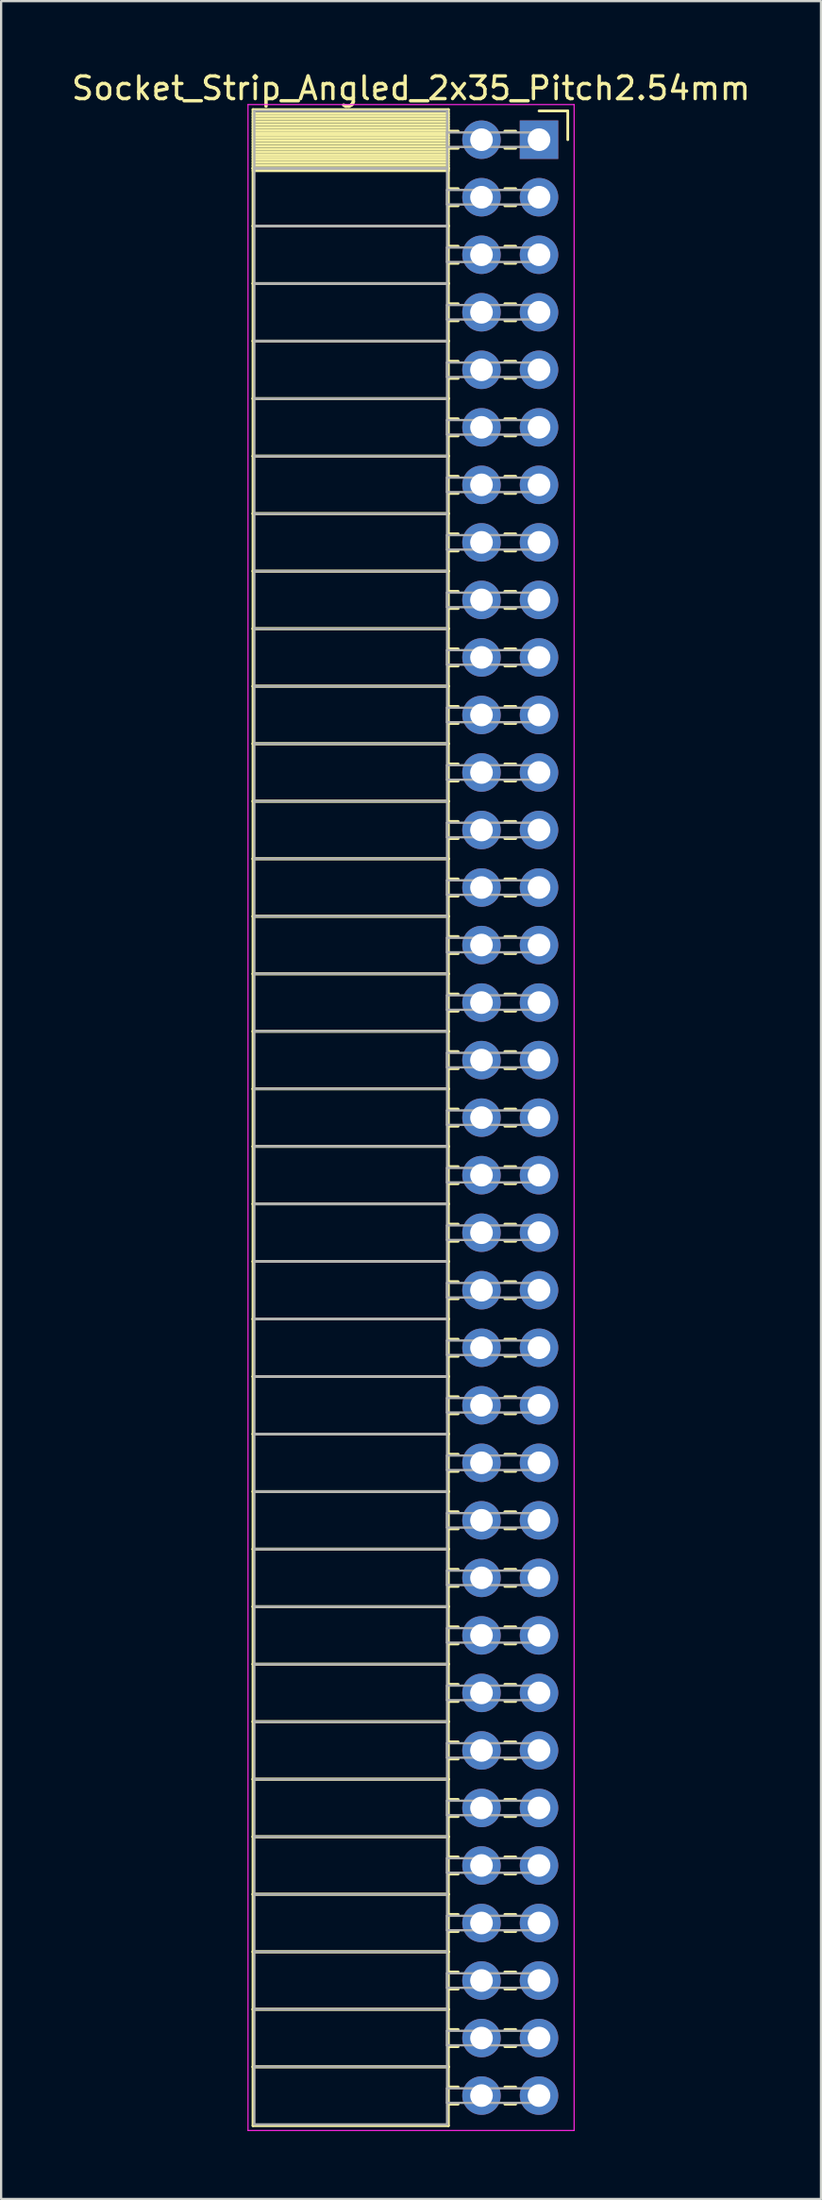
<source format=kicad_pcb>
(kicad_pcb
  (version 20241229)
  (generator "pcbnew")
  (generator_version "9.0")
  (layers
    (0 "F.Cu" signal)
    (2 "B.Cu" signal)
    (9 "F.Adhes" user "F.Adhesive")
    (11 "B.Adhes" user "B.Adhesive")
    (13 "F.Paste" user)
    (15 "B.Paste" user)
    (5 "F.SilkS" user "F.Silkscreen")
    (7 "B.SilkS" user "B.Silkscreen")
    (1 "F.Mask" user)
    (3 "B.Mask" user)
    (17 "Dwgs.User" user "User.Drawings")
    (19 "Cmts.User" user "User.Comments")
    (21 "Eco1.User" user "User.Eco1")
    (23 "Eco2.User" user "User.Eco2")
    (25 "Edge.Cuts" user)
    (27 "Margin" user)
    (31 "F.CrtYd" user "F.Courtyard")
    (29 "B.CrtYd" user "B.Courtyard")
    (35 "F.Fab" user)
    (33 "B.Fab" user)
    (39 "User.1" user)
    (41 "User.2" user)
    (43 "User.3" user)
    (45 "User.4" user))
  (footprint "Socket_Strip_Angled_2x35_Pitch2.54mm"
    (layer "F.Cu")
    (at 20.751 3.118)
    (property "Reference" "Socket_Strip_Angled_2x35_Pitch2.54mm" (at -5.65 -2.27 0) (layer "F.SilkS") (effects (font (size 1 1) (thickness 0.15))))
    (attr through_hole)
    (fp_line (start -12.63 -1.33) (end -4 -1.33) (stroke (width 0.12) (type solid)) (layer "F.SilkS"))
    (fp_line (start -12.63 1.27) (end -12.63 -1.33) (stroke (width 0.12) (type solid)) (layer "F.SilkS"))
    (fp_line (start -12.63 1.27) (end -4 1.27) (stroke (width 0.12) (type solid)) (layer "F.SilkS"))
    (fp_line (start -12.63 3.81) (end -12.63 1.27) (stroke (width 0.12) (type solid)) (layer "F.SilkS"))
    (fp_line (start -12.63 3.81) (end -4 3.81) (stroke (width 0.12) (type solid)) (layer "F.SilkS"))
    (fp_line (start -12.63 6.35) (end -12.63 3.81) (stroke (width 0.12) (type solid)) (layer "F.SilkS"))
    (fp_line (start -12.63 6.35) (end -4 6.35) (stroke (width 0.12) (type solid)) (layer "F.SilkS"))
    (fp_line (start -12.63 8.89) (end -12.63 6.35) (stroke (width 0.12) (type solid)) (layer "F.SilkS"))
    (fp_line (start -12.63 8.89) (end -4 8.89) (stroke (width 0.12) (type solid)) (layer "F.SilkS"))
    (fp_line (start -12.63 11.43) (end -12.63 8.89) (stroke (width 0.12) (type solid)) (layer "F.SilkS"))
    (fp_line (start -12.63 11.43) (end -4 11.43) (stroke (width 0.12) (type solid)) (layer "F.SilkS"))
    (fp_line (start -12.63 13.97) (end -12.63 11.43) (stroke (width 0.12) (type solid)) (layer "F.SilkS"))
    (fp_line (start -12.63 13.97) (end -4 13.97) (stroke (width 0.12) (type solid)) (layer "F.SilkS"))
    (fp_line (start -12.63 16.51) (end -12.63 13.97) (stroke (width 0.12) (type solid)) (layer "F.SilkS"))
    (fp_line (start -12.63 16.51) (end -4 16.51) (stroke (width 0.12) (type solid)) (layer "F.SilkS"))
    (fp_line (start -12.63 19.05) (end -12.63 16.51) (stroke (width 0.12) (type solid)) (layer "F.SilkS"))
    (fp_line (start -12.63 19.05) (end -4 19.05) (stroke (width 0.12) (type solid)) (layer "F.SilkS"))
    (fp_line (start -12.63 21.59) (end -12.63 19.05) (stroke (width 0.12) (type solid)) (layer "F.SilkS"))
    (fp_line (start -12.63 21.59) (end -4 21.59) (stroke (width 0.12) (type solid)) (layer "F.SilkS"))
    (fp_line (start -12.63 24.13) (end -12.63 21.59) (stroke (width 0.12) (type solid)) (layer "F.SilkS"))
    (fp_line (start -12.63 24.13) (end -4 24.13) (stroke (width 0.12) (type solid)) (layer "F.SilkS"))
    (fp_line (start -12.63 26.67) (end -12.63 24.13) (stroke (width 0.12) (type solid)) (layer "F.SilkS"))
    (fp_line (start -12.63 26.67) (end -4 26.67) (stroke (width 0.12) (type solid)) (layer "F.SilkS"))
    (fp_line (start -12.63 29.21) (end -12.63 26.67) (stroke (width 0.12) (type solid)) (layer "F.SilkS"))
    (fp_line (start -12.63 29.21) (end -4 29.21) (stroke (width 0.12) (type solid)) (layer "F.SilkS"))
    (fp_line (start -12.63 31.75) (end -12.63 29.21) (stroke (width 0.12) (type solid)) (layer "F.SilkS"))
    (fp_line (start -12.63 31.75) (end -4 31.75) (stroke (width 0.12) (type solid)) (layer "F.SilkS"))
    (fp_line (start -12.63 34.29) (end -12.63 31.75) (stroke (width 0.12) (type solid)) (layer "F.SilkS"))
    (fp_line (start -12.63 34.29) (end -4 34.29) (stroke (width 0.12) (type solid)) (layer "F.SilkS"))
    (fp_line (start -12.63 36.83) (end -12.63 34.29) (stroke (width 0.12) (type solid)) (layer "F.SilkS"))
    (fp_line (start -12.63 36.83) (end -4 36.83) (stroke (width 0.12) (type solid)) (layer "F.SilkS"))
    (fp_line (start -12.63 39.37) (end -12.63 36.83) (stroke (width 0.12) (type solid)) (layer "F.SilkS"))
    (fp_line (start -12.63 39.37) (end -4 39.37) (stroke (width 0.12) (type solid)) (layer "F.SilkS"))
    (fp_line (start -12.63 41.91) (end -12.63 39.37) (stroke (width 0.12) (type solid)) (layer "F.SilkS"))
    (fp_line (start -12.63 41.91) (end -4 41.91) (stroke (width 0.12) (type solid)) (layer "F.SilkS"))
    (fp_line (start -12.63 44.45) (end -12.63 41.91) (stroke (width 0.12) (type solid)) (layer "F.SilkS"))
    (fp_line (start -12.63 44.45) (end -4 44.45) (stroke (width 0.12) (type solid)) (layer "F.SilkS"))
    (fp_line (start -12.63 46.99) (end -12.63 44.45) (stroke (width 0.12) (type solid)) (layer "F.SilkS"))
    (fp_line (start -12.63 46.99) (end -4 46.99) (stroke (width 0.12) (type solid)) (layer "F.SilkS"))
    (fp_line (start -12.63 49.53) (end -12.63 46.99) (stroke (width 0.12) (type solid)) (layer "F.SilkS"))
    (fp_line (start -12.63 49.53) (end -4 49.53) (stroke (width 0.12) (type solid)) (layer "F.SilkS"))
    (fp_line (start -12.63 52.07) (end -12.63 49.53) (stroke (width 0.12) (type solid)) (layer "F.SilkS"))
    (fp_line (start -12.63 52.07) (end -4 52.07) (stroke (width 0.12) (type solid)) (layer "F.SilkS"))
    (fp_line (start -12.63 54.61) (end -12.63 52.07) (stroke (width 0.12) (type solid)) (layer "F.SilkS"))
    (fp_line (start -12.63 54.61) (end -4 54.61) (stroke (width 0.12) (type solid)) (layer "F.SilkS"))
    (fp_line (start -12.63 57.15) (end -12.63 54.61) (stroke (width 0.12) (type solid)) (layer "F.SilkS"))
    (fp_line (start -12.63 57.15) (end -4 57.15) (stroke (width 0.12) (type solid)) (layer "F.SilkS"))
    (fp_line (start -12.63 59.69) (end -12.63 57.15) (stroke (width 0.12) (type solid)) (layer "F.SilkS"))
    (fp_line (start -12.63 59.69) (end -4 59.69) (stroke (width 0.12) (type solid)) (layer "F.SilkS"))
    (fp_line (start -12.63 62.23) (end -12.63 59.69) (stroke (width 0.12) (type solid)) (layer "F.SilkS"))
    (fp_line (start -12.63 62.23) (end -4 62.23) (stroke (width 0.12) (type solid)) (layer "F.SilkS"))
    (fp_line (start -12.63 64.77) (end -12.63 62.23) (stroke (width 0.12) (type solid)) (layer "F.SilkS"))
    (fp_line (start -12.63 64.77) (end -4 64.77) (stroke (width 0.12) (type solid)) (layer "F.SilkS"))
    (fp_line (start -12.63 67.31) (end -12.63 64.77) (stroke (width 0.12) (type solid)) (layer "F.SilkS"))
    (fp_line (start -12.63 67.31) (end -4 67.31) (stroke (width 0.12) (type solid)) (layer "F.SilkS"))
    (fp_line (start -12.63 69.85) (end -12.63 67.31) (stroke (width 0.12) (type solid)) (layer "F.SilkS"))
    (fp_line (start -12.63 69.85) (end -4 69.85) (stroke (width 0.12) (type solid)) (layer "F.SilkS"))
    (fp_line (start -12.63 72.39) (end -12.63 69.85) (stroke (width 0.12) (type solid)) (layer "F.SilkS"))
    (fp_line (start -12.63 72.39) (end -4 72.39) (stroke (width 0.12) (type solid)) (layer "F.SilkS"))
    (fp_line (start -12.63 74.93) (end -12.63 72.39) (stroke (width 0.12) (type solid)) (layer "F.SilkS"))
    (fp_line (start -12.63 74.93) (end -4 74.93) (stroke (width 0.12) (type solid)) (layer "F.SilkS"))
    (fp_line (start -12.63 77.47) (end -12.63 74.93) (stroke (width 0.12) (type solid)) (layer "F.SilkS"))
    (fp_line (start -12.63 77.47) (end -4 77.47) (stroke (width 0.12) (type solid)) (layer "F.SilkS"))
    (fp_line (start -12.63 80.01) (end -12.63 77.47) (stroke (width 0.12) (type solid)) (layer "F.SilkS"))
    (fp_line (start -12.63 80.01) (end -4 80.01) (stroke (width 0.12) (type solid)) (layer "F.SilkS"))
    (fp_line (start -12.63 82.55) (end -12.63 80.01) (stroke (width 0.12) (type solid)) (layer "F.SilkS"))
    (fp_line (start -12.63 82.55) (end -4 82.55) (stroke (width 0.12) (type solid)) (layer "F.SilkS"))
    (fp_line (start -12.63 85.09) (end -12.63 82.55) (stroke (width 0.12) (type solid)) (layer "F.SilkS"))
    (fp_line (start -12.63 85.09) (end -4 85.09) (stroke (width 0.12) (type solid)) (layer "F.SilkS"))
    (fp_line (start -12.63 87.69) (end -12.63 85.09) (stroke (width 0.12) (type solid)) (layer "F.SilkS"))
    (fp_line (start -4 -1.33) (end -4 1.27) (stroke (width 0.12) (type solid)) (layer "F.SilkS"))
    (fp_line (start -4 -1.15) (end -12.63 -1.15) (stroke (width 0.12) (type solid)) (layer "F.SilkS"))
    (fp_line (start -4 -1.03) (end -12.63 -1.03) (stroke (width 0.12) (type solid)) (layer "F.SilkS"))
    (fp_line (start -4 -0.91) (end -12.63 -0.91) (stroke (width 0.12) (type solid)) (layer "F.SilkS"))
    (fp_line (start -4 -0.79) (end -12.63 -0.79) (stroke (width 0.12) (type solid)) (layer "F.SilkS"))
    (fp_line (start -4 -0.67) (end -12.63 -0.67) (stroke (width 0.12) (type solid)) (layer "F.SilkS"))
    (fp_line (start -4 -0.55) (end -12.63 -0.55) (stroke (width 0.12) (type solid)) (layer "F.SilkS"))
    (fp_line (start -4 -0.43) (end -12.63 -0.43) (stroke (width 0.12) (type solid)) (layer "F.SilkS"))
    (fp_line (start -4 -0.31) (end -12.63 -0.31) (stroke (width 0.12) (type solid)) (layer "F.SilkS"))
    (fp_line (start -4 -0.19) (end -12.63 -0.19) (stroke (width 0.12) (type solid)) (layer "F.SilkS"))
    (fp_line (start -4 -0.07) (end -12.63 -0.07) (stroke (width 0.12) (type solid)) (layer "F.SilkS"))
    (fp_line (start -4 0.05) (end -12.63 0.05) (stroke (width 0.12) (type solid)) (layer "F.SilkS"))
    (fp_line (start -4 0.17) (end -12.63 0.17) (stroke (width 0.12) (type solid)) (layer "F.SilkS"))
    (fp_line (start -4 0.29) (end -12.63 0.29) (stroke (width 0.12) (type solid)) (layer "F.SilkS"))
    (fp_line (start -4 0.41) (end -12.63 0.41) (stroke (width 0.12) (type solid)) (layer "F.SilkS"))
    (fp_line (start -4 0.53) (end -12.63 0.53) (stroke (width 0.12) (type solid)) (layer "F.SilkS"))
    (fp_line (start -4 0.65) (end -12.63 0.65) (stroke (width 0.12) (type solid)) (layer "F.SilkS"))
    (fp_line (start -4 0.77) (end -12.63 0.77) (stroke (width 0.12) (type solid)) (layer "F.SilkS"))
    (fp_line (start -4 0.89) (end -12.63 0.89) (stroke (width 0.12) (type solid)) (layer "F.SilkS"))
    (fp_line (start -4 1.01) (end -12.63 1.01) (stroke (width 0.12) (type solid)) (layer "F.SilkS"))
    (fp_line (start -4 1.13) (end -12.63 1.13) (stroke (width 0.12) (type solid)) (layer "F.SilkS"))
    (fp_line (start -4 1.25) (end -12.63 1.25) (stroke (width 0.12) (type solid)) (layer "F.SilkS"))
    (fp_line (start -4 1.27) (end -12.63 1.27) (stroke (width 0.12) (type solid)) (layer "F.SilkS"))
    (fp_line (start -4 1.27) (end -4 3.81) (stroke (width 0.12) (type solid)) (layer "F.SilkS"))
    (fp_line (start -4 1.37) (end -12.63 1.37) (stroke (width 0.12) (type solid)) (layer "F.SilkS"))
    (fp_line (start -4 3.81) (end -12.63 3.81) (stroke (width 0.12) (type solid)) (layer "F.SilkS"))
    (fp_line (start -4 3.81) (end -4 6.35) (stroke (width 0.12) (type solid)) (layer "F.SilkS"))
    (fp_line (start -4 6.35) (end -12.63 6.35) (stroke (width 0.12) (type solid)) (layer "F.SilkS"))
    (fp_line (start -4 6.35) (end -4 8.89) (stroke (width 0.12) (type solid)) (layer "F.SilkS"))
    (fp_line (start -4 8.89) (end -12.63 8.89) (stroke (width 0.12) (type solid)) (layer "F.SilkS"))
    (fp_line (start -4 8.89) (end -4 11.43) (stroke (width 0.12) (type solid)) (layer "F.SilkS"))
    (fp_line (start -4 11.43) (end -12.63 11.43) (stroke (width 0.12) (type solid)) (layer "F.SilkS"))
    (fp_line (start -4 11.43) (end -4 13.97) (stroke (width 0.12) (type solid)) (layer "F.SilkS"))
    (fp_line (start -4 13.97) (end -12.63 13.97) (stroke (width 0.12) (type solid)) (layer "F.SilkS"))
    (fp_line (start -4 13.97) (end -4 16.51) (stroke (width 0.12) (type solid)) (layer "F.SilkS"))
    (fp_line (start -4 16.51) (end -12.63 16.51) (stroke (width 0.12) (type solid)) (layer "F.SilkS"))
    (fp_line (start -4 16.51) (end -4 19.05) (stroke (width 0.12) (type solid)) (layer "F.SilkS"))
    (fp_line (start -4 19.05) (end -12.63 19.05) (stroke (width 0.12) (type solid)) (layer "F.SilkS"))
    (fp_line (start -4 19.05) (end -4 21.59) (stroke (width 0.12) (type solid)) (layer "F.SilkS"))
    (fp_line (start -4 21.59) (end -12.63 21.59) (stroke (width 0.12) (type solid)) (layer "F.SilkS"))
    (fp_line (start -4 21.59) (end -4 24.13) (stroke (width 0.12) (type solid)) (layer "F.SilkS"))
    (fp_line (start -4 24.13) (end -12.63 24.13) (stroke (width 0.12) (type solid)) (layer "F.SilkS"))
    (fp_line (start -4 24.13) (end -4 26.67) (stroke (width 0.12) (type solid)) (layer "F.SilkS"))
    (fp_line (start -4 26.67) (end -12.63 26.67) (stroke (width 0.12) (type solid)) (layer "F.SilkS"))
    (fp_line (start -4 26.67) (end -4 29.21) (stroke (width 0.12) (type solid)) (layer "F.SilkS"))
    (fp_line (start -4 29.21) (end -12.63 29.21) (stroke (width 0.12) (type solid)) (layer "F.SilkS"))
    (fp_line (start -4 29.21) (end -4 31.75) (stroke (width 0.12) (type solid)) (layer "F.SilkS"))
    (fp_line (start -4 31.75) (end -12.63 31.75) (stroke (width 0.12) (type solid)) (layer "F.SilkS"))
    (fp_line (start -4 31.75) (end -4 34.29) (stroke (width 0.12) (type solid)) (layer "F.SilkS"))
    (fp_line (start -4 34.29) (end -12.63 34.29) (stroke (width 0.12) (type solid)) (layer "F.SilkS"))
    (fp_line (start -4 34.29) (end -4 36.83) (stroke (width 0.12) (type solid)) (layer "F.SilkS"))
    (fp_line (start -4 36.83) (end -12.63 36.83) (stroke (width 0.12) (type solid)) (layer "F.SilkS"))
    (fp_line (start -4 36.83) (end -4 39.37) (stroke (width 0.12) (type solid)) (layer "F.SilkS"))
    (fp_line (start -4 39.37) (end -12.63 39.37) (stroke (width 0.12) (type solid)) (layer "F.SilkS"))
    (fp_line (start -4 39.37) (end -4 41.91) (stroke (width 0.12) (type solid)) (layer "F.SilkS"))
    (fp_line (start -4 41.91) (end -12.63 41.91) (stroke (width 0.12) (type solid)) (layer "F.SilkS"))
    (fp_line (start -4 41.91) (end -4 44.45) (stroke (width 0.12) (type solid)) (layer "F.SilkS"))
    (fp_line (start -4 44.45) (end -12.63 44.45) (stroke (width 0.12) (type solid)) (layer "F.SilkS"))
    (fp_line (start -4 44.45) (end -4 46.99) (stroke (width 0.12) (type solid)) (layer "F.SilkS"))
    (fp_line (start -4 46.99) (end -12.63 46.99) (stroke (width 0.12) (type solid)) (layer "F.SilkS"))
    (fp_line (start -4 46.99) (end -4 49.53) (stroke (width 0.12) (type solid)) (layer "F.SilkS"))
    (fp_line (start -4 49.53) (end -12.63 49.53) (stroke (width 0.12) (type solid)) (layer "F.SilkS"))
    (fp_line (start -4 49.53) (end -4 52.07) (stroke (width 0.12) (type solid)) (layer "F.SilkS"))
    (fp_line (start -4 52.07) (end -12.63 52.07) (stroke (width 0.12) (type solid)) (layer "F.SilkS"))
    (fp_line (start -4 52.07) (end -4 54.61) (stroke (width 0.12) (type solid)) (layer "F.SilkS"))
    (fp_line (start -4 54.61) (end -12.63 54.61) (stroke (width 0.12) (type solid)) (layer "F.SilkS"))
    (fp_line (start -4 54.61) (end -4 57.15) (stroke (width 0.12) (type solid)) (layer "F.SilkS"))
    (fp_line (start -4 57.15) (end -12.63 57.15) (stroke (width 0.12) (type solid)) (layer "F.SilkS"))
    (fp_line (start -4 57.15) (end -4 59.69) (stroke (width 0.12) (type solid)) (layer "F.SilkS"))
    (fp_line (start -4 59.69) (end -12.63 59.69) (stroke (width 0.12) (type solid)) (layer "F.SilkS"))
    (fp_line (start -4 59.69) (end -4 62.23) (stroke (width 0.12) (type solid)) (layer "F.SilkS"))
    (fp_line (start -4 62.23) (end -12.63 62.23) (stroke (width 0.12) (type solid)) (layer "F.SilkS"))
    (fp_line (start -4 62.23) (end -4 64.77) (stroke (width 0.12) (type solid)) (layer "F.SilkS"))
    (fp_line (start -4 64.77) (end -12.63 64.77) (stroke (width 0.12) (type solid)) (layer "F.SilkS"))
    (fp_line (start -4 64.77) (end -4 67.31) (stroke (width 0.12) (type solid)) (layer "F.SilkS"))
    (fp_line (start -4 67.31) (end -12.63 67.31) (stroke (width 0.12) (type solid)) (layer "F.SilkS"))
    (fp_line (start -4 67.31) (end -4 69.85) (stroke (width 0.12) (type solid)) (layer "F.SilkS"))
    (fp_line (start -4 69.85) (end -12.63 69.85) (stroke (width 0.12) (type solid)) (layer "F.SilkS"))
    (fp_line (start -4 69.85) (end -4 72.39) (stroke (width 0.12) (type solid)) (layer "F.SilkS"))
    (fp_line (start -4 72.39) (end -12.63 72.39) (stroke (width 0.12) (type solid)) (layer "F.SilkS"))
    (fp_line (start -4 72.39) (end -4 74.93) (stroke (width 0.12) (type solid)) (layer "F.SilkS"))
    (fp_line (start -4 74.93) (end -12.63 74.93) (stroke (width 0.12) (type solid)) (layer "F.SilkS"))
    (fp_line (start -4 74.93) (end -4 77.47) (stroke (width 0.12) (type solid)) (layer "F.SilkS"))
    (fp_line (start -4 77.47) (end -12.63 77.47) (stroke (width 0.12) (type solid)) (layer "F.SilkS"))
    (fp_line (start -4 77.47) (end -4 80.01) (stroke (width 0.12) (type solid)) (layer "F.SilkS"))
    (fp_line (start -4 80.01) (end -12.63 80.01) (stroke (width 0.12) (type solid)) (layer "F.SilkS"))
    (fp_line (start -4 80.01) (end -4 82.55) (stroke (width 0.12) (type solid)) (layer "F.SilkS"))
    (fp_line (start -4 82.55) (end -12.63 82.55) (stroke (width 0.12) (type solid)) (layer "F.SilkS"))
    (fp_line (start -4 82.55) (end -4 85.09) (stroke (width 0.12) (type solid)) (layer "F.SilkS"))
    (fp_line (start -4 85.09) (end -12.63 85.09) (stroke (width 0.12) (type solid)) (layer "F.SilkS"))
    (fp_line (start -4 85.09) (end -4 87.69) (stroke (width 0.12) (type solid)) (layer "F.SilkS"))
    (fp_line (start -4 87.69) (end -12.63 87.69) (stroke (width 0.12) (type solid)) (layer "F.SilkS"))
    (fp_line (start -3.57 -0.38) (end -4 -0.38) (stroke (width 0.12) (type solid)) (layer "F.SilkS"))
    (fp_line (start -3.57 0.38) (end -4 0.38) (stroke (width 0.12) (type solid)) (layer "F.SilkS"))
    (fp_line (start -3.57 2.16) (end -4 2.16) (stroke (width 0.12) (type solid)) (layer "F.SilkS"))
    (fp_line (start -3.57 2.92) (end -4 2.92) (stroke (width 0.12) (type solid)) (layer "F.SilkS"))
    (fp_line (start -3.57 4.7) (end -4 4.7) (stroke (width 0.12) (type solid)) (layer "F.SilkS"))
    (fp_line (start -3.57 5.46) (end -4 5.46) (stroke (width 0.12) (type solid)) (layer "F.SilkS"))
    (fp_line (start -3.57 7.24) (end -4 7.24) (stroke (width 0.12) (type solid)) (layer "F.SilkS"))
    (fp_line (start -3.57 8) (end -4 8) (stroke (width 0.12) (type solid)) (layer "F.SilkS"))
    (fp_line (start -3.57 9.78) (end -4 9.78) (stroke (width 0.12) (type solid)) (layer "F.SilkS"))
    (fp_line (start -3.57 10.54) (end -4 10.54) (stroke (width 0.12) (type solid)) (layer "F.SilkS"))
    (fp_line (start -3.57 12.32) (end -4 12.32) (stroke (width 0.12) (type solid)) (layer "F.SilkS"))
    (fp_line (start -3.57 13.08) (end -4 13.08) (stroke (width 0.12) (type solid)) (layer "F.SilkS"))
    (fp_line (start -3.57 14.86) (end -4 14.86) (stroke (width 0.12) (type solid)) (layer "F.SilkS"))
    (fp_line (start -3.57 15.62) (end -4 15.62) (stroke (width 0.12) (type solid)) (layer "F.SilkS"))
    (fp_line (start -3.57 17.4) (end -4 17.4) (stroke (width 0.12) (type solid)) (layer "F.SilkS"))
    (fp_line (start -3.57 18.16) (end -4 18.16) (stroke (width 0.12) (type solid)) (layer "F.SilkS"))
    (fp_line (start -3.57 19.94) (end -4 19.94) (stroke (width 0.12) (type solid)) (layer "F.SilkS"))
    (fp_line (start -3.57 20.7) (end -4 20.7) (stroke (width 0.12) (type solid)) (layer "F.SilkS"))
    (fp_line (start -3.57 22.48) (end -4 22.48) (stroke (width 0.12) (type solid)) (layer "F.SilkS"))
    (fp_line (start -3.57 23.24) (end -4 23.24) (stroke (width 0.12) (type solid)) (layer "F.SilkS"))
    (fp_line (start -3.57 25.02) (end -4 25.02) (stroke (width 0.12) (type solid)) (layer "F.SilkS"))
    (fp_line (start -3.57 25.78) (end -4 25.78) (stroke (width 0.12) (type solid)) (layer "F.SilkS"))
    (fp_line (start -3.57 27.56) (end -4 27.56) (stroke (width 0.12) (type solid)) (layer "F.SilkS"))
    (fp_line (start -3.57 28.32) (end -4 28.32) (stroke (width 0.12) (type solid)) (layer "F.SilkS"))
    (fp_line (start -3.57 30.1) (end -4 30.1) (stroke (width 0.12) (type solid)) (layer "F.SilkS"))
    (fp_line (start -3.57 30.86) (end -4 30.86) (stroke (width 0.12) (type solid)) (layer "F.SilkS"))
    (fp_line (start -3.57 32.64) (end -4 32.64) (stroke (width 0.12) (type solid)) (layer "F.SilkS"))
    (fp_line (start -3.57 33.4) (end -4 33.4) (stroke (width 0.12) (type solid)) (layer "F.SilkS"))
    (fp_line (start -3.57 35.18) (end -4 35.18) (stroke (width 0.12) (type solid)) (layer "F.SilkS"))
    (fp_line (start -3.57 35.94) (end -4 35.94) (stroke (width 0.12) (type solid)) (layer "F.SilkS"))
    (fp_line (start -3.57 37.72) (end -4 37.72) (stroke (width 0.12) (type solid)) (layer "F.SilkS"))
    (fp_line (start -3.57 38.48) (end -4 38.48) (stroke (width 0.12) (type solid)) (layer "F.SilkS"))
    (fp_line (start -3.57 40.26) (end -4 40.26) (stroke (width 0.12) (type solid)) (layer "F.SilkS"))
    (fp_line (start -3.57 41.02) (end -4 41.02) (stroke (width 0.12) (type solid)) (layer "F.SilkS"))
    (fp_line (start -3.57 42.8) (end -4 42.8) (stroke (width 0.12) (type solid)) (layer "F.SilkS"))
    (fp_line (start -3.57 43.56) (end -4 43.56) (stroke (width 0.12) (type solid)) (layer "F.SilkS"))
    (fp_line (start -3.57 45.34) (end -4 45.34) (stroke (width 0.12) (type solid)) (layer "F.SilkS"))
    (fp_line (start -3.57 46.1) (end -4 46.1) (stroke (width 0.12) (type solid)) (layer "F.SilkS"))
    (fp_line (start -3.57 47.88) (end -4 47.88) (stroke (width 0.12) (type solid)) (layer "F.SilkS"))
    (fp_line (start -3.57 48.64) (end -4 48.64) (stroke (width 0.12) (type solid)) (layer "F.SilkS"))
    (fp_line (start -3.57 50.42) (end -4 50.42) (stroke (width 0.12) (type solid)) (layer "F.SilkS"))
    (fp_line (start -3.57 51.18) (end -4 51.18) (stroke (width 0.12) (type solid)) (layer "F.SilkS"))
    (fp_line (start -3.57 52.96) (end -4 52.96) (stroke (width 0.12) (type solid)) (layer "F.SilkS"))
    (fp_line (start -3.57 53.72) (end -4 53.72) (stroke (width 0.12) (type solid)) (layer "F.SilkS"))
    (fp_line (start -3.57 55.5) (end -4 55.5) (stroke (width 0.12) (type solid)) (layer "F.SilkS"))
    (fp_line (start -3.57 56.26) (end -4 56.26) (stroke (width 0.12) (type solid)) (layer "F.SilkS"))
    (fp_line (start -3.57 58.04) (end -4 58.04) (stroke (width 0.12) (type solid)) (layer "F.SilkS"))
    (fp_line (start -3.57 58.8) (end -4 58.8) (stroke (width 0.12) (type solid)) (layer "F.SilkS"))
    (fp_line (start -3.57 60.58) (end -4 60.58) (stroke (width 0.12) (type solid)) (layer "F.SilkS"))
    (fp_line (start -3.57 61.34) (end -4 61.34) (stroke (width 0.12) (type solid)) (layer "F.SilkS"))
    (fp_line (start -3.57 63.12) (end -4 63.12) (stroke (width 0.12) (type solid)) (layer "F.SilkS"))
    (fp_line (start -3.57 63.88) (end -4 63.88) (stroke (width 0.12) (type solid)) (layer "F.SilkS"))
    (fp_line (start -3.57 65.66) (end -4 65.66) (stroke (width 0.12) (type solid)) (layer "F.SilkS"))
    (fp_line (start -3.57 66.42) (end -4 66.42) (stroke (width 0.12) (type solid)) (layer "F.SilkS"))
    (fp_line (start -3.57 68.2) (end -4 68.2) (stroke (width 0.12) (type solid)) (layer "F.SilkS"))
    (fp_line (start -3.57 68.96) (end -4 68.96) (stroke (width 0.12) (type solid)) (layer "F.SilkS"))
    (fp_line (start -3.57 70.74) (end -4 70.74) (stroke (width 0.12) (type solid)) (layer "F.SilkS"))
    (fp_line (start -3.57 71.5) (end -4 71.5) (stroke (width 0.12) (type solid)) (layer "F.SilkS"))
    (fp_line (start -3.57 73.28) (end -4 73.28) (stroke (width 0.12) (type solid)) (layer "F.SilkS"))
    (fp_line (start -3.57 74.04) (end -4 74.04) (stroke (width 0.12) (type solid)) (layer "F.SilkS"))
    (fp_line (start -3.57 75.82) (end -4 75.82) (stroke (width 0.12) (type solid)) (layer "F.SilkS"))
    (fp_line (start -3.57 76.58) (end -4 76.58) (stroke (width 0.12) (type solid)) (layer "F.SilkS"))
    (fp_line (start -3.57 78.36) (end -4 78.36) (stroke (width 0.12) (type solid)) (layer "F.SilkS"))
    (fp_line (start -3.57 79.12) (end -4 79.12) (stroke (width 0.12) (type solid)) (layer "F.SilkS"))
    (fp_line (start -3.57 80.9) (end -4 80.9) (stroke (width 0.12) (type solid)) (layer "F.SilkS"))
    (fp_line (start -3.57 81.66) (end -4 81.66) (stroke (width 0.12) (type solid)) (layer "F.SilkS"))
    (fp_line (start -3.57 83.44) (end -4 83.44) (stroke (width 0.12) (type solid)) (layer "F.SilkS"))
    (fp_line (start -3.57 84.2) (end -4 84.2) (stroke (width 0.12) (type solid)) (layer "F.SilkS"))
    (fp_line (start -3.57 85.98) (end -4 85.98) (stroke (width 0.12) (type solid)) (layer "F.SilkS"))
    (fp_line (start -3.57 86.74) (end -4 86.74) (stroke (width 0.12) (type solid)) (layer "F.SilkS"))
    (fp_line (start -1.03 -0.38) (end -1.51 -0.38) (stroke (width 0.12) (type solid)) (layer "F.SilkS"))
    (fp_line (start -1.03 0.38) (end -1.51 0.38) (stroke (width 0.12) (type solid)) (layer "F.SilkS"))
    (fp_line (start -1.03 2.16) (end -1.51 2.16) (stroke (width 0.12) (type solid)) (layer "F.SilkS"))
    (fp_line (start -1.03 2.92) (end -1.51 2.92) (stroke (width 0.12) (type solid)) (layer "F.SilkS"))
    (fp_line (start -1.03 4.7) (end -1.51 4.7) (stroke (width 0.12) (type solid)) (layer "F.SilkS"))
    (fp_line (start -1.03 5.46) (end -1.51 5.46) (stroke (width 0.12) (type solid)) (layer "F.SilkS"))
    (fp_line (start -1.03 7.24) (end -1.51 7.24) (stroke (width 0.12) (type solid)) (layer "F.SilkS"))
    (fp_line (start -1.03 8) (end -1.51 8) (stroke (width 0.12) (type solid)) (layer "F.SilkS"))
    (fp_line (start -1.03 9.78) (end -1.51 9.78) (stroke (width 0.12) (type solid)) (layer "F.SilkS"))
    (fp_line (start -1.03 10.54) (end -1.51 10.54) (stroke (width 0.12) (type solid)) (layer "F.SilkS"))
    (fp_line (start -1.03 12.32) (end -1.51 12.32) (stroke (width 0.12) (type solid)) (layer "F.SilkS"))
    (fp_line (start -1.03 13.08) (end -1.51 13.08) (stroke (width 0.12) (type solid)) (layer "F.SilkS"))
    (fp_line (start -1.03 14.86) (end -1.51 14.86) (stroke (width 0.12) (type solid)) (layer "F.SilkS"))
    (fp_line (start -1.03 15.62) (end -1.51 15.62) (stroke (width 0.12) (type solid)) (layer "F.SilkS"))
    (fp_line (start -1.03 17.4) (end -1.51 17.4) (stroke (width 0.12) (type solid)) (layer "F.SilkS"))
    (fp_line (start -1.03 18.16) (end -1.51 18.16) (stroke (width 0.12) (type solid)) (layer "F.SilkS"))
    (fp_line (start -1.03 19.94) (end -1.51 19.94) (stroke (width 0.12) (type solid)) (layer "F.SilkS"))
    (fp_line (start -1.03 20.7) (end -1.51 20.7) (stroke (width 0.12) (type solid)) (layer "F.SilkS"))
    (fp_line (start -1.03 22.48) (end -1.51 22.48) (stroke (width 0.12) (type solid)) (layer "F.SilkS"))
    (fp_line (start -1.03 23.24) (end -1.51 23.24) (stroke (width 0.12) (type solid)) (layer "F.SilkS"))
    (fp_line (start -1.03 25.02) (end -1.51 25.02) (stroke (width 0.12) (type solid)) (layer "F.SilkS"))
    (fp_line (start -1.03 25.78) (end -1.51 25.78) (stroke (width 0.12) (type solid)) (layer "F.SilkS"))
    (fp_line (start -1.03 27.56) (end -1.51 27.56) (stroke (width 0.12) (type solid)) (layer "F.SilkS"))
    (fp_line (start -1.03 28.32) (end -1.51 28.32) (stroke (width 0.12) (type solid)) (layer "F.SilkS"))
    (fp_line (start -1.03 30.1) (end -1.51 30.1) (stroke (width 0.12) (type solid)) (layer "F.SilkS"))
    (fp_line (start -1.03 30.86) (end -1.51 30.86) (stroke (width 0.12) (type solid)) (layer "F.SilkS"))
    (fp_line (start -1.03 32.64) (end -1.51 32.64) (stroke (width 0.12) (type solid)) (layer "F.SilkS"))
    (fp_line (start -1.03 33.4) (end -1.51 33.4) (stroke (width 0.12) (type solid)) (layer "F.SilkS"))
    (fp_line (start -1.03 35.18) (end -1.51 35.18) (stroke (width 0.12) (type solid)) (layer "F.SilkS"))
    (fp_line (start -1.03 35.94) (end -1.51 35.94) (stroke (width 0.12) (type solid)) (layer "F.SilkS"))
    (fp_line (start -1.03 37.72) (end -1.51 37.72) (stroke (width 0.12) (type solid)) (layer "F.SilkS"))
    (fp_line (start -1.03 38.48) (end -1.51 38.48) (stroke (width 0.12) (type solid)) (layer "F.SilkS"))
    (fp_line (start -1.03 40.26) (end -1.51 40.26) (stroke (width 0.12) (type solid)) (layer "F.SilkS"))
    (fp_line (start -1.03 41.02) (end -1.51 41.02) (stroke (width 0.12) (type solid)) (layer "F.SilkS"))
    (fp_line (start -1.03 42.8) (end -1.51 42.8) (stroke (width 0.12) (type solid)) (layer "F.SilkS"))
    (fp_line (start -1.03 43.56) (end -1.51 43.56) (stroke (width 0.12) (type solid)) (layer "F.SilkS"))
    (fp_line (start -1.03 45.34) (end -1.51 45.34) (stroke (width 0.12) (type solid)) (layer "F.SilkS"))
    (fp_line (start -1.03 46.1) (end -1.51 46.1) (stroke (width 0.12) (type solid)) (layer "F.SilkS"))
    (fp_line (start -1.03 47.88) (end -1.51 47.88) (stroke (width 0.12) (type solid)) (layer "F.SilkS"))
    (fp_line (start -1.03 48.64) (end -1.51 48.64) (stroke (width 0.12) (type solid)) (layer "F.SilkS"))
    (fp_line (start -1.03 50.42) (end -1.51 50.42) (stroke (width 0.12) (type solid)) (layer "F.SilkS"))
    (fp_line (start -1.03 51.18) (end -1.51 51.18) (stroke (width 0.12) (type solid)) (layer "F.SilkS"))
    (fp_line (start -1.03 52.96) (end -1.51 52.96) (stroke (width 0.12) (type solid)) (layer "F.SilkS"))
    (fp_line (start -1.03 53.72) (end -1.51 53.72) (stroke (width 0.12) (type solid)) (layer "F.SilkS"))
    (fp_line (start -1.03 55.5) (end -1.51 55.5) (stroke (width 0.12) (type solid)) (layer "F.SilkS"))
    (fp_line (start -1.03 56.26) (end -1.51 56.26) (stroke (width 0.12) (type solid)) (layer "F.SilkS"))
    (fp_line (start -1.03 58.04) (end -1.51 58.04) (stroke (width 0.12) (type solid)) (layer "F.SilkS"))
    (fp_line (start -1.03 58.8) (end -1.51 58.8) (stroke (width 0.12) (type solid)) (layer "F.SilkS"))
    (fp_line (start -1.03 60.58) (end -1.51 60.58) (stroke (width 0.12) (type solid)) (layer "F.SilkS"))
    (fp_line (start -1.03 61.34) (end -1.51 61.34) (stroke (width 0.12) (type solid)) (layer "F.SilkS"))
    (fp_line (start -1.03 63.12) (end -1.51 63.12) (stroke (width 0.12) (type solid)) (layer "F.SilkS"))
    (fp_line (start -1.03 63.88) (end -1.51 63.88) (stroke (width 0.12) (type solid)) (layer "F.SilkS"))
    (fp_line (start -1.03 65.66) (end -1.51 65.66) (stroke (width 0.12) (type solid)) (layer "F.SilkS"))
    (fp_line (start -1.03 66.42) (end -1.51 66.42) (stroke (width 0.12) (type solid)) (layer "F.SilkS"))
    (fp_line (start -1.03 68.2) (end -1.51 68.2) (stroke (width 0.12) (type solid)) (layer "F.SilkS"))
    (fp_line (start -1.03 68.96) (end -1.51 68.96) (stroke (width 0.12) (type solid)) (layer "F.SilkS"))
    (fp_line (start -1.03 70.74) (end -1.51 70.74) (stroke (width 0.12) (type solid)) (layer "F.SilkS"))
    (fp_line (start -1.03 71.5) (end -1.51 71.5) (stroke (width 0.12) (type solid)) (layer "F.SilkS"))
    (fp_line (start -1.03 73.28) (end -1.51 73.28) (stroke (width 0.12) (type solid)) (layer "F.SilkS"))
    (fp_line (start -1.03 74.04) (end -1.51 74.04) (stroke (width 0.12) (type solid)) (layer "F.SilkS"))
    (fp_line (start -1.03 75.82) (end -1.51 75.82) (stroke (width 0.12) (type solid)) (layer "F.SilkS"))
    (fp_line (start -1.03 76.58) (end -1.51 76.58) (stroke (width 0.12) (type solid)) (layer "F.SilkS"))
    (fp_line (start -1.03 78.36) (end -1.51 78.36) (stroke (width 0.12) (type solid)) (layer "F.SilkS"))
    (fp_line (start -1.03 79.12) (end -1.51 79.12) (stroke (width 0.12) (type solid)) (layer "F.SilkS"))
    (fp_line (start -1.03 80.9) (end -1.51 80.9) (stroke (width 0.12) (type solid)) (layer "F.SilkS"))
    (fp_line (start -1.03 81.66) (end -1.51 81.66) (stroke (width 0.12) (type solid)) (layer "F.SilkS"))
    (fp_line (start -1.03 83.44) (end -1.51 83.44) (stroke (width 0.12) (type solid)) (layer "F.SilkS"))
    (fp_line (start -1.03 84.2) (end -1.51 84.2) (stroke (width 0.12) (type solid)) (layer "F.SilkS"))
    (fp_line (start -1.03 85.98) (end -1.51 85.98) (stroke (width 0.12) (type solid)) (layer "F.SilkS"))
    (fp_line (start -1.03 86.74) (end -1.51 86.74) (stroke (width 0.12) (type solid)) (layer "F.SilkS"))
    (fp_line (start 0 -1.27) (end 1.27 -1.27) (stroke (width 0.12) (type solid)) (layer "F.SilkS"))
    (fp_line (start 1.27 -1.27) (end 1.27 0) (stroke (width 0.12) (type solid)) (layer "F.SilkS"))
    (fp_line (start -12.85 -1.55) (end 1.55 -1.55) (stroke (width 0.05) (type solid)) (layer "F.CrtYd"))
    (fp_line (start -12.85 87.9) (end -12.85 -1.55) (stroke (width 0.05) (type solid)) (layer "F.CrtYd"))
    (fp_line (start 1.55 -1.55) (end 1.55 87.9) (stroke (width 0.05) (type solid)) (layer "F.CrtYd"))
    (fp_line (start 1.55 87.9) (end -12.85 87.9) (stroke (width 0.05) (type solid)) (layer "F.CrtYd"))
    (fp_line (start -12.57 -1.27) (end -4.06 -1.27) (stroke (width 0.1) (type solid)) (layer "F.Fab"))
    (fp_line (start -12.57 1.27) (end -12.57 -1.27) (stroke (width 0.1) (type solid)) (layer "F.Fab"))
    (fp_line (start -12.57 1.27) (end -4.06 1.27) (stroke (width 0.1) (type solid)) (layer "F.Fab"))
    (fp_line (start -12.57 3.81) (end -12.57 1.27) (stroke (width 0.1) (type solid)) (layer "F.Fab"))
    (fp_line (start -12.57 3.81) (end -4.06 3.81) (stroke (width 0.1) (type solid)) (layer "F.Fab"))
    (fp_line (start -12.57 6.35) (end -12.57 3.81) (stroke (width 0.1) (type solid)) (layer "F.Fab"))
    (fp_line (start -12.57 6.35) (end -4.06 6.35) (stroke (width 0.1) (type solid)) (layer "F.Fab"))
    (fp_line (start -12.57 8.89) (end -12.57 6.35) (stroke (width 0.1) (type solid)) (layer "F.Fab"))
    (fp_line (start -12.57 8.89) (end -4.06 8.89) (stroke (width 0.1) (type solid)) (layer "F.Fab"))
    (fp_line (start -12.57 11.43) (end -12.57 8.89) (stroke (width 0.1) (type solid)) (layer "F.Fab"))
    (fp_line (start -12.57 11.43) (end -4.06 11.43) (stroke (width 0.1) (type solid)) (layer "F.Fab"))
    (fp_line (start -12.57 13.97) (end -12.57 11.43) (stroke (width 0.1) (type solid)) (layer "F.Fab"))
    (fp_line (start -12.57 13.97) (end -4.06 13.97) (stroke (width 0.1) (type solid)) (layer "F.Fab"))
    (fp_line (start -12.57 16.51) (end -12.57 13.97) (stroke (width 0.1) (type solid)) (layer "F.Fab"))
    (fp_line (start -12.57 16.51) (end -4.06 16.51) (stroke (width 0.1) (type solid)) (layer "F.Fab"))
    (fp_line (start -12.57 19.05) (end -12.57 16.51) (stroke (width 0.1) (type solid)) (layer "F.Fab"))
    (fp_line (start -12.57 19.05) (end -4.06 19.05) (stroke (width 0.1) (type solid)) (layer "F.Fab"))
    (fp_line (start -12.57 21.59) (end -12.57 19.05) (stroke (width 0.1) (type solid)) (layer "F.Fab"))
    (fp_line (start -12.57 21.59) (end -4.06 21.59) (stroke (width 0.1) (type solid)) (layer "F.Fab"))
    (fp_line (start -12.57 24.13) (end -12.57 21.59) (stroke (width 0.1) (type solid)) (layer "F.Fab"))
    (fp_line (start -12.57 24.13) (end -4.06 24.13) (stroke (width 0.1) (type solid)) (layer "F.Fab"))
    (fp_line (start -12.57 26.67) (end -12.57 24.13) (stroke (width 0.1) (type solid)) (layer "F.Fab"))
    (fp_line (start -12.57 26.67) (end -4.06 26.67) (stroke (width 0.1) (type solid)) (layer "F.Fab"))
    (fp_line (start -12.57 29.21) (end -12.57 26.67) (stroke (width 0.1) (type solid)) (layer "F.Fab"))
    (fp_line (start -12.57 29.21) (end -4.06 29.21) (stroke (width 0.1) (type solid)) (layer "F.Fab"))
    (fp_line (start -12.57 31.75) (end -12.57 29.21) (stroke (width 0.1) (type solid)) (layer "F.Fab"))
    (fp_line (start -12.57 31.75) (end -4.06 31.75) (stroke (width 0.1) (type solid)) (layer "F.Fab"))
    (fp_line (start -12.57 34.29) (end -12.57 31.75) (stroke (width 0.1) (type solid)) (layer "F.Fab"))
    (fp_line (start -12.57 34.29) (end -4.06 34.29) (stroke (width 0.1) (type solid)) (layer "F.Fab"))
    (fp_line (start -12.57 36.83) (end -12.57 34.29) (stroke (width 0.1) (type solid)) (layer "F.Fab"))
    (fp_line (start -12.57 36.83) (end -4.06 36.83) (stroke (width 0.1) (type solid)) (layer "F.Fab"))
    (fp_line (start -12.57 39.37) (end -12.57 36.83) (stroke (width 0.1) (type solid)) (layer "F.Fab"))
    (fp_line (start -12.57 39.37) (end -4.06 39.37) (stroke (width 0.1) (type solid)) (layer "F.Fab"))
    (fp_line (start -12.57 41.91) (end -12.57 39.37) (stroke (width 0.1) (type solid)) (layer "F.Fab"))
    (fp_line (start -12.57 41.91) (end -4.06 41.91) (stroke (width 0.1) (type solid)) (layer "F.Fab"))
    (fp_line (start -12.57 44.45) (end -12.57 41.91) (stroke (width 0.1) (type solid)) (layer "F.Fab"))
    (fp_line (start -12.57 44.45) (end -4.06 44.45) (stroke (width 0.1) (type solid)) (layer "F.Fab"))
    (fp_line (start -12.57 46.99) (end -12.57 44.45) (stroke (width 0.1) (type solid)) (layer "F.Fab"))
    (fp_line (start -12.57 46.99) (end -4.06 46.99) (stroke (width 0.1) (type solid)) (layer "F.Fab"))
    (fp_line (start -12.57 49.53) (end -12.57 46.99) (stroke (width 0.1) (type solid)) (layer "F.Fab"))
    (fp_line (start -12.57 49.53) (end -4.06 49.53) (stroke (width 0.1) (type solid)) (layer "F.Fab"))
    (fp_line (start -12.57 52.07) (end -12.57 49.53) (stroke (width 0.1) (type solid)) (layer "F.Fab"))
    (fp_line (start -12.57 52.07) (end -4.06 52.07) (stroke (width 0.1) (type solid)) (layer "F.Fab"))
    (fp_line (start -12.57 54.61) (end -12.57 52.07) (stroke (width 0.1) (type solid)) (layer "F.Fab"))
    (fp_line (start -12.57 54.61) (end -4.06 54.61) (stroke (width 0.1) (type solid)) (layer "F.Fab"))
    (fp_line (start -12.57 57.15) (end -12.57 54.61) (stroke (width 0.1) (type solid)) (layer "F.Fab"))
    (fp_line (start -12.57 57.15) (end -4.06 57.15) (stroke (width 0.1) (type solid)) (layer "F.Fab"))
    (fp_line (start -12.57 59.69) (end -12.57 57.15) (stroke (width 0.1) (type solid)) (layer "F.Fab"))
    (fp_line (start -12.57 59.69) (end -4.06 59.69) (stroke (width 0.1) (type solid)) (layer "F.Fab"))
    (fp_line (start -12.57 62.23) (end -12.57 59.69) (stroke (width 0.1) (type solid)) (layer "F.Fab"))
    (fp_line (start -12.57 62.23) (end -4.06 62.23) (stroke (width 0.1) (type solid)) (layer "F.Fab"))
    (fp_line (start -12.57 64.77) (end -12.57 62.23) (stroke (width 0.1) (type solid)) (layer "F.Fab"))
    (fp_line (start -12.57 64.77) (end -4.06 64.77) (stroke (width 0.1) (type solid)) (layer "F.Fab"))
    (fp_line (start -12.57 67.31) (end -12.57 64.77) (stroke (width 0.1) (type solid)) (layer "F.Fab"))
    (fp_line (start -12.57 67.31) (end -4.06 67.31) (stroke (width 0.1) (type solid)) (layer "F.Fab"))
    (fp_line (start -12.57 69.85) (end -12.57 67.31) (stroke (width 0.1) (type solid)) (layer "F.Fab"))
    (fp_line (start -12.57 69.85) (end -4.06 69.85) (stroke (width 0.1) (type solid)) (layer "F.Fab"))
    (fp_line (start -12.57 72.39) (end -12.57 69.85) (stroke (width 0.1) (type solid)) (layer "F.Fab"))
    (fp_line (start -12.57 72.39) (end -4.06 72.39) (stroke (width 0.1) (type solid)) (layer "F.Fab"))
    (fp_line (start -12.57 74.93) (end -12.57 72.39) (stroke (width 0.1) (type solid)) (layer "F.Fab"))
    (fp_line (start -12.57 74.93) (end -4.06 74.93) (stroke (width 0.1) (type solid)) (layer "F.Fab"))
    (fp_line (start -12.57 77.47) (end -12.57 74.93) (stroke (width 0.1) (type solid)) (layer "F.Fab"))
    (fp_line (start -12.57 77.47) (end -4.06 77.47) (stroke (width 0.1) (type solid)) (layer "F.Fab"))
    (fp_line (start -12.57 80.01) (end -12.57 77.47) (stroke (width 0.1) (type solid)) (layer "F.Fab"))
    (fp_line (start -12.57 80.01) (end -4.06 80.01) (stroke (width 0.1) (type solid)) (layer "F.Fab"))
    (fp_line (start -12.57 82.55) (end -12.57 80.01) (stroke (width 0.1) (type solid)) (layer "F.Fab"))
    (fp_line (start -12.57 82.55) (end -4.06 82.55) (stroke (width 0.1) (type solid)) (layer "F.Fab"))
    (fp_line (start -12.57 85.09) (end -12.57 82.55) (stroke (width 0.1) (type solid)) (layer "F.Fab"))
    (fp_line (start -12.57 85.09) (end -4.06 85.09) (stroke (width 0.1) (type solid)) (layer "F.Fab"))
    (fp_line (start -12.57 87.63) (end -12.57 85.09) (stroke (width 0.1) (type solid)) (layer "F.Fab"))
    (fp_line (start -4.06 -1.27) (end -4.06 1.27) (stroke (width 0.1) (type solid)) (layer "F.Fab"))
    (fp_line (start -4.06 -0.32) (end 0 -0.32) (stroke (width 0.1) (type solid)) (layer "F.Fab"))
    (fp_line (start -4.06 0.32) (end -4.06 -0.32) (stroke (width 0.1) (type solid)) (layer "F.Fab"))
    (fp_line (start -4.06 1.27) (end -12.57 1.27) (stroke (width 0.1) (type solid)) (layer "F.Fab"))
    (fp_line (start -4.06 1.27) (end -4.06 3.81) (stroke (width 0.1) (type solid)) (layer "F.Fab"))
    (fp_line (start -4.06 2.22) (end 0 2.22) (stroke (width 0.1) (type solid)) (layer "F.Fab"))
    (fp_line (start -4.06 2.86) (end -4.06 2.22) (stroke (width 0.1) (type solid)) (layer "F.Fab"))
    (fp_line (start -4.06 3.81) (end -12.57 3.81) (stroke (width 0.1) (type solid)) (layer "F.Fab"))
    (fp_line (start -4.06 3.81) (end -4.06 6.35) (stroke (width 0.1) (type solid)) (layer "F.Fab"))
    (fp_line (start -4.06 4.76) (end 0 4.76) (stroke (width 0.1) (type solid)) (layer "F.Fab"))
    (fp_line (start -4.06 5.4) (end -4.06 4.76) (stroke (width 0.1) (type solid)) (layer "F.Fab"))
    (fp_line (start -4.06 6.35) (end -12.57 6.35) (stroke (width 0.1) (type solid)) (layer "F.Fab"))
    (fp_line (start -4.06 6.35) (end -4.06 8.89) (stroke (width 0.1) (type solid)) (layer "F.Fab"))
    (fp_line (start -4.06 7.3) (end 0 7.3) (stroke (width 0.1) (type solid)) (layer "F.Fab"))
    (fp_line (start -4.06 7.94) (end -4.06 7.3) (stroke (width 0.1) (type solid)) (layer "F.Fab"))
    (fp_line (start -4.06 8.89) (end -12.57 8.89) (stroke (width 0.1) (type solid)) (layer "F.Fab"))
    (fp_line (start -4.06 8.89) (end -4.06 11.43) (stroke (width 0.1) (type solid)) (layer "F.Fab"))
    (fp_line (start -4.06 9.84) (end 0 9.84) (stroke (width 0.1) (type solid)) (layer "F.Fab"))
    (fp_line (start -4.06 10.48) (end -4.06 9.84) (stroke (width 0.1) (type solid)) (layer "F.Fab"))
    (fp_line (start -4.06 11.43) (end -12.57 11.43) (stroke (width 0.1) (type solid)) (layer "F.Fab"))
    (fp_line (start -4.06 11.43) (end -4.06 13.97) (stroke (width 0.1) (type solid)) (layer "F.Fab"))
    (fp_line (start -4.06 12.38) (end 0 12.38) (stroke (width 0.1) (type solid)) (layer "F.Fab"))
    (fp_line (start -4.06 13.02) (end -4.06 12.38) (stroke (width 0.1) (type solid)) (layer "F.Fab"))
    (fp_line (start -4.06 13.97) (end -12.57 13.97) (stroke (width 0.1) (type solid)) (layer "F.Fab"))
    (fp_line (start -4.06 13.97) (end -4.06 16.51) (stroke (width 0.1) (type solid)) (layer "F.Fab"))
    (fp_line (start -4.06 14.92) (end 0 14.92) (stroke (width 0.1) (type solid)) (layer "F.Fab"))
    (fp_line (start -4.06 15.56) (end -4.06 14.92) (stroke (width 0.1) (type solid)) (layer "F.Fab"))
    (fp_line (start -4.06 16.51) (end -12.57 16.51) (stroke (width 0.1) (type solid)) (layer "F.Fab"))
    (fp_line (start -4.06 16.51) (end -4.06 19.05) (stroke (width 0.1) (type solid)) (layer "F.Fab"))
    (fp_line (start -4.06 17.46) (end 0 17.46) (stroke (width 0.1) (type solid)) (layer "F.Fab"))
    (fp_line (start -4.06 18.1) (end -4.06 17.46) (stroke (width 0.1) (type solid)) (layer "F.Fab"))
    (fp_line (start -4.06 19.05) (end -12.57 19.05) (stroke (width 0.1) (type solid)) (layer "F.Fab"))
    (fp_line (start -4.06 19.05) (end -4.06 21.59) (stroke (width 0.1) (type solid)) (layer "F.Fab"))
    (fp_line (start -4.06 20) (end 0 20) (stroke (width 0.1) (type solid)) (layer "F.Fab"))
    (fp_line (start -4.06 20.64) (end -4.06 20) (stroke (width 0.1) (type solid)) (layer "F.Fab"))
    (fp_line (start -4.06 21.59) (end -12.57 21.59) (stroke (width 0.1) (type solid)) (layer "F.Fab"))
    (fp_line (start -4.06 21.59) (end -4.06 24.13) (stroke (width 0.1) (type solid)) (layer "F.Fab"))
    (fp_line (start -4.06 22.54) (end 0 22.54) (stroke (width 0.1) (type solid)) (layer "F.Fab"))
    (fp_line (start -4.06 23.18) (end -4.06 22.54) (stroke (width 0.1) (type solid)) (layer "F.Fab"))
    (fp_line (start -4.06 24.13) (end -12.57 24.13) (stroke (width 0.1) (type solid)) (layer "F.Fab"))
    (fp_line (start -4.06 24.13) (end -4.06 26.67) (stroke (width 0.1) (type solid)) (layer "F.Fab"))
    (fp_line (start -4.06 25.08) (end 0 25.08) (stroke (width 0.1) (type solid)) (layer "F.Fab"))
    (fp_line (start -4.06 25.72) (end -4.06 25.08) (stroke (width 0.1) (type solid)) (layer "F.Fab"))
    (fp_line (start -4.06 26.67) (end -12.57 26.67) (stroke (width 0.1) (type solid)) (layer "F.Fab"))
    (fp_line (start -4.06 26.67) (end -4.06 29.21) (stroke (width 0.1) (type solid)) (layer "F.Fab"))
    (fp_line (start -4.06 27.62) (end 0 27.62) (stroke (width 0.1) (type solid)) (layer "F.Fab"))
    (fp_line (start -4.06 28.26) (end -4.06 27.62) (stroke (width 0.1) (type solid)) (layer "F.Fab"))
    (fp_line (start -4.06 29.21) (end -12.57 29.21) (stroke (width 0.1) (type solid)) (layer "F.Fab"))
    (fp_line (start -4.06 29.21) (end -4.06 31.75) (stroke (width 0.1) (type solid)) (layer "F.Fab"))
    (fp_line (start -4.06 30.16) (end 0 30.16) (stroke (width 0.1) (type solid)) (layer "F.Fab"))
    (fp_line (start -4.06 30.8) (end -4.06 30.16) (stroke (width 0.1) (type solid)) (layer "F.Fab"))
    (fp_line (start -4.06 31.75) (end -12.57 31.75) (stroke (width 0.1) (type solid)) (layer "F.Fab"))
    (fp_line (start -4.06 31.75) (end -4.06 34.29) (stroke (width 0.1) (type solid)) (layer "F.Fab"))
    (fp_line (start -4.06 32.7) (end 0 32.7) (stroke (width 0.1) (type solid)) (layer "F.Fab"))
    (fp_line (start -4.06 33.34) (end -4.06 32.7) (stroke (width 0.1) (type solid)) (layer "F.Fab"))
    (fp_line (start -4.06 34.29) (end -12.57 34.29) (stroke (width 0.1) (type solid)) (layer "F.Fab"))
    (fp_line (start -4.06 34.29) (end -4.06 36.83) (stroke (width 0.1) (type solid)) (layer "F.Fab"))
    (fp_line (start -4.06 35.24) (end 0 35.24) (stroke (width 0.1) (type solid)) (layer "F.Fab"))
    (fp_line (start -4.06 35.88) (end -4.06 35.24) (stroke (width 0.1) (type solid)) (layer "F.Fab"))
    (fp_line (start -4.06 36.83) (end -12.57 36.83) (stroke (width 0.1) (type solid)) (layer "F.Fab"))
    (fp_line (start -4.06 36.83) (end -4.06 39.37) (stroke (width 0.1) (type solid)) (layer "F.Fab"))
    (fp_line (start -4.06 37.78) (end 0 37.78) (stroke (width 0.1) (type solid)) (layer "F.Fab"))
    (fp_line (start -4.06 38.42) (end -4.06 37.78) (stroke (width 0.1) (type solid)) (layer "F.Fab"))
    (fp_line (start -4.06 39.37) (end -12.57 39.37) (stroke (width 0.1) (type solid)) (layer "F.Fab"))
    (fp_line (start -4.06 39.37) (end -4.06 41.91) (stroke (width 0.1) (type solid)) (layer "F.Fab"))
    (fp_line (start -4.06 40.32) (end 0 40.32) (stroke (width 0.1) (type solid)) (layer "F.Fab"))
    (fp_line (start -4.06 40.96) (end -4.06 40.32) (stroke (width 0.1) (type solid)) (layer "F.Fab"))
    (fp_line (start -4.06 41.91) (end -12.57 41.91) (stroke (width 0.1) (type solid)) (layer "F.Fab"))
    (fp_line (start -4.06 41.91) (end -4.06 44.45) (stroke (width 0.1) (type solid)) (layer "F.Fab"))
    (fp_line (start -4.06 42.86) (end 0 42.86) (stroke (width 0.1) (type solid)) (layer "F.Fab"))
    (fp_line (start -4.06 43.5) (end -4.06 42.86) (stroke (width 0.1) (type solid)) (layer "F.Fab"))
    (fp_line (start -4.06 44.45) (end -12.57 44.45) (stroke (width 0.1) (type solid)) (layer "F.Fab"))
    (fp_line (start -4.06 44.45) (end -4.06 46.99) (stroke (width 0.1) (type solid)) (layer "F.Fab"))
    (fp_line (start -4.06 45.4) (end 0 45.4) (stroke (width 0.1) (type solid)) (layer "F.Fab"))
    (fp_line (start -4.06 46.04) (end -4.06 45.4) (stroke (width 0.1) (type solid)) (layer "F.Fab"))
    (fp_line (start -4.06 46.99) (end -12.57 46.99) (stroke (width 0.1) (type solid)) (layer "F.Fab"))
    (fp_line (start -4.06 46.99) (end -4.06 49.53) (stroke (width 0.1) (type solid)) (layer "F.Fab"))
    (fp_line (start -4.06 47.94) (end 0 47.94) (stroke (width 0.1) (type solid)) (layer "F.Fab"))
    (fp_line (start -4.06 48.58) (end -4.06 47.94) (stroke (width 0.1) (type solid)) (layer "F.Fab"))
    (fp_line (start -4.06 49.53) (end -12.57 49.53) (stroke (width 0.1) (type solid)) (layer "F.Fab"))
    (fp_line (start -4.06 49.53) (end -4.06 52.07) (stroke (width 0.1) (type solid)) (layer "F.Fab"))
    (fp_line (start -4.06 50.48) (end 0 50.48) (stroke (width 0.1) (type solid)) (layer "F.Fab"))
    (fp_line (start -4.06 51.12) (end -4.06 50.48) (stroke (width 0.1) (type solid)) (layer "F.Fab"))
    (fp_line (start -4.06 52.07) (end -12.57 52.07) (stroke (width 0.1) (type solid)) (layer "F.Fab"))
    (fp_line (start -4.06 52.07) (end -4.06 54.61) (stroke (width 0.1) (type solid)) (layer "F.Fab"))
    (fp_line (start -4.06 53.02) (end 0 53.02) (stroke (width 0.1) (type solid)) (layer "F.Fab"))
    (fp_line (start -4.06 53.66) (end -4.06 53.02) (stroke (width 0.1) (type solid)) (layer "F.Fab"))
    (fp_line (start -4.06 54.61) (end -12.57 54.61) (stroke (width 0.1) (type solid)) (layer "F.Fab"))
    (fp_line (start -4.06 54.61) (end -4.06 57.15) (stroke (width 0.1) (type solid)) (layer "F.Fab"))
    (fp_line (start -4.06 55.56) (end 0 55.56) (stroke (width 0.1) (type solid)) (layer "F.Fab"))
    (fp_line (start -4.06 56.2) (end -4.06 55.56) (stroke (width 0.1) (type solid)) (layer "F.Fab"))
    (fp_line (start -4.06 57.15) (end -12.57 57.15) (stroke (width 0.1) (type solid)) (layer "F.Fab"))
    (fp_line (start -4.06 57.15) (end -4.06 59.69) (stroke (width 0.1) (type solid)) (layer "F.Fab"))
    (fp_line (start -4.06 58.1) (end 0 58.1) (stroke (width 0.1) (type solid)) (layer "F.Fab"))
    (fp_line (start -4.06 58.74) (end -4.06 58.1) (stroke (width 0.1) (type solid)) (layer "F.Fab"))
    (fp_line (start -4.06 59.69) (end -12.57 59.69) (stroke (width 0.1) (type solid)) (layer "F.Fab"))
    (fp_line (start -4.06 59.69) (end -4.06 62.23) (stroke (width 0.1) (type solid)) (layer "F.Fab"))
    (fp_line (start -4.06 60.64) (end 0 60.64) (stroke (width 0.1) (type solid)) (layer "F.Fab"))
    (fp_line (start -4.06 61.28) (end -4.06 60.64) (stroke (width 0.1) (type solid)) (layer "F.Fab"))
    (fp_line (start -4.06 62.23) (end -12.57 62.23) (stroke (width 0.1) (type solid)) (layer "F.Fab"))
    (fp_line (start -4.06 62.23) (end -4.06 64.77) (stroke (width 0.1) (type solid)) (layer "F.Fab"))
    (fp_line (start -4.06 63.18) (end 0 63.18) (stroke (width 0.1) (type solid)) (layer "F.Fab"))
    (fp_line (start -4.06 63.82) (end -4.06 63.18) (stroke (width 0.1) (type solid)) (layer "F.Fab"))
    (fp_line (start -4.06 64.77) (end -12.57 64.77) (stroke (width 0.1) (type solid)) (layer "F.Fab"))
    (fp_line (start -4.06 64.77) (end -4.06 67.31) (stroke (width 0.1) (type solid)) (layer "F.Fab"))
    (fp_line (start -4.06 65.72) (end 0 65.72) (stroke (width 0.1) (type solid)) (layer "F.Fab"))
    (fp_line (start -4.06 66.36) (end -4.06 65.72) (stroke (width 0.1) (type solid)) (layer "F.Fab"))
    (fp_line (start -4.06 67.31) (end -12.57 67.31) (stroke (width 0.1) (type solid)) (layer "F.Fab"))
    (fp_line (start -4.06 67.31) (end -4.06 69.85) (stroke (width 0.1) (type solid)) (layer "F.Fab"))
    (fp_line (start -4.06 68.26) (end 0 68.26) (stroke (width 0.1) (type solid)) (layer "F.Fab"))
    (fp_line (start -4.06 68.9) (end -4.06 68.26) (stroke (width 0.1) (type solid)) (layer "F.Fab"))
    (fp_line (start -4.06 69.85) (end -12.57 69.85) (stroke (width 0.1) (type solid)) (layer "F.Fab"))
    (fp_line (start -4.06 69.85) (end -4.06 72.39) (stroke (width 0.1) (type solid)) (layer "F.Fab"))
    (fp_line (start -4.06 70.8) (end 0 70.8) (stroke (width 0.1) (type solid)) (layer "F.Fab"))
    (fp_line (start -4.06 71.44) (end -4.06 70.8) (stroke (width 0.1) (type solid)) (layer "F.Fab"))
    (fp_line (start -4.06 72.39) (end -12.57 72.39) (stroke (width 0.1) (type solid)) (layer "F.Fab"))
    (fp_line (start -4.06 72.39) (end -4.06 74.93) (stroke (width 0.1) (type solid)) (layer "F.Fab"))
    (fp_line (start -4.06 73.34) (end 0 73.34) (stroke (width 0.1) (type solid)) (layer "F.Fab"))
    (fp_line (start -4.06 73.98) (end -4.06 73.34) (stroke (width 0.1) (type solid)) (layer "F.Fab"))
    (fp_line (start -4.06 74.93) (end -12.57 74.93) (stroke (width 0.1) (type solid)) (layer "F.Fab"))
    (fp_line (start -4.06 74.93) (end -4.06 77.47) (stroke (width 0.1) (type solid)) (layer "F.Fab"))
    (fp_line (start -4.06 75.88) (end 0 75.88) (stroke (width 0.1) (type solid)) (layer "F.Fab"))
    (fp_line (start -4.06 76.52) (end -4.06 75.88) (stroke (width 0.1) (type solid)) (layer "F.Fab"))
    (fp_line (start -4.06 77.47) (end -12.57 77.47) (stroke (width 0.1) (type solid)) (layer "F.Fab"))
    (fp_line (start -4.06 77.47) (end -4.06 80.01) (stroke (width 0.1) (type solid)) (layer "F.Fab"))
    (fp_line (start -4.06 78.42) (end 0 78.42) (stroke (width 0.1) (type solid)) (layer "F.Fab"))
    (fp_line (start -4.06 79.06) (end -4.06 78.42) (stroke (width 0.1) (type solid)) (layer "F.Fab"))
    (fp_line (start -4.06 80.01) (end -12.57 80.01) (stroke (width 0.1) (type solid)) (layer "F.Fab"))
    (fp_line (start -4.06 80.01) (end -4.06 82.55) (stroke (width 0.1) (type solid)) (layer "F.Fab"))
    (fp_line (start -4.06 80.96) (end 0 80.96) (stroke (width 0.1) (type solid)) (layer "F.Fab"))
    (fp_line (start -4.06 81.6) (end -4.06 80.96) (stroke (width 0.1) (type solid)) (layer "F.Fab"))
    (fp_line (start -4.06 82.55) (end -12.57 82.55) (stroke (width 0.1) (type solid)) (layer "F.Fab"))
    (fp_line (start -4.06 82.55) (end -4.06 85.09) (stroke (width 0.1) (type solid)) (layer "F.Fab"))
    (fp_line (start -4.06 83.5) (end 0 83.5) (stroke (width 0.1) (type solid)) (layer "F.Fab"))
    (fp_line (start -4.06 84.14) (end -4.06 83.5) (stroke (width 0.1) (type solid)) (layer "F.Fab"))
    (fp_line (start -4.06 85.09) (end -12.57 85.09) (stroke (width 0.1) (type solid)) (layer "F.Fab"))
    (fp_line (start -4.06 85.09) (end -4.06 87.63) (stroke (width 0.1) (type solid)) (layer "F.Fab"))
    (fp_line (start -4.06 86.04) (end 0 86.04) (stroke (width 0.1) (type solid)) (layer "F.Fab"))
    (fp_line (start -4.06 86.68) (end -4.06 86.04) (stroke (width 0.1) (type solid)) (layer "F.Fab"))
    (fp_line (start -4.06 87.63) (end -12.57 87.63) (stroke (width 0.1) (type solid)) (layer "F.Fab"))
    (fp_line (start 0 -0.32) (end 0 0.32) (stroke (width 0.1) (type solid)) (layer "F.Fab"))
    (fp_line (start 0 0.32) (end -4.06 0.32) (stroke (width 0.1) (type solid)) (layer "F.Fab"))
    (fp_line (start 0 2.22) (end 0 2.86) (stroke (width 0.1) (type solid)) (layer "F.Fab"))
    (fp_line (start 0 2.86) (end -4.06 2.86) (stroke (width 0.1) (type solid)) (layer "F.Fab"))
    (fp_line (start 0 4.76) (end 0 5.4) (stroke (width 0.1) (type solid)) (layer "F.Fab"))
    (fp_line (start 0 5.4) (end -4.06 5.4) (stroke (width 0.1) (type solid)) (layer "F.Fab"))
    (fp_line (start 0 7.3) (end 0 7.94) (stroke (width 0.1) (type solid)) (layer "F.Fab"))
    (fp_line (start 0 7.94) (end -4.06 7.94) (stroke (width 0.1) (type solid)) (layer "F.Fab"))
    (fp_line (start 0 9.84) (end 0 10.48) (stroke (width 0.1) (type solid)) (layer "F.Fab"))
    (fp_line (start 0 10.48) (end -4.06 10.48) (stroke (width 0.1) (type solid)) (layer "F.Fab"))
    (fp_line (start 0 12.38) (end 0 13.02) (stroke (width 0.1) (type solid)) (layer "F.Fab"))
    (fp_line (start 0 13.02) (end -4.06 13.02) (stroke (width 0.1) (type solid)) (layer "F.Fab"))
    (fp_line (start 0 14.92) (end 0 15.56) (stroke (width 0.1) (type solid)) (layer "F.Fab"))
    (fp_line (start 0 15.56) (end -4.06 15.56) (stroke (width 0.1) (type solid)) (layer "F.Fab"))
    (fp_line (start 0 17.46) (end 0 18.1) (stroke (width 0.1) (type solid)) (layer "F.Fab"))
    (fp_line (start 0 18.1) (end -4.06 18.1) (stroke (width 0.1) (type solid)) (layer "F.Fab"))
    (fp_line (start 0 20) (end 0 20.64) (stroke (width 0.1) (type solid)) (layer "F.Fab"))
    (fp_line (start 0 20.64) (end -4.06 20.64) (stroke (width 0.1) (type solid)) (layer "F.Fab"))
    (fp_line (start 0 22.54) (end 0 23.18) (stroke (width 0.1) (type solid)) (layer "F.Fab"))
    (fp_line (start 0 23.18) (end -4.06 23.18) (stroke (width 0.1) (type solid)) (layer "F.Fab"))
    (fp_line (start 0 25.08) (end 0 25.72) (stroke (width 0.1) (type solid)) (layer "F.Fab"))
    (fp_line (start 0 25.72) (end -4.06 25.72) (stroke (width 0.1) (type solid)) (layer "F.Fab"))
    (fp_line (start 0 27.62) (end 0 28.26) (stroke (width 0.1) (type solid)) (layer "F.Fab"))
    (fp_line (start 0 28.26) (end -4.06 28.26) (stroke (width 0.1) (type solid)) (layer "F.Fab"))
    (fp_line (start 0 30.16) (end 0 30.8) (stroke (width 0.1) (type solid)) (layer "F.Fab"))
    (fp_line (start 0 30.8) (end -4.06 30.8) (stroke (width 0.1) (type solid)) (layer "F.Fab"))
    (fp_line (start 0 32.7) (end 0 33.34) (stroke (width 0.1) (type solid)) (layer "F.Fab"))
    (fp_line (start 0 33.34) (end -4.06 33.34) (stroke (width 0.1) (type solid)) (layer "F.Fab"))
    (fp_line (start 0 35.24) (end 0 35.88) (stroke (width 0.1) (type solid)) (layer "F.Fab"))
    (fp_line (start 0 35.88) (end -4.06 35.88) (stroke (width 0.1) (type solid)) (layer "F.Fab"))
    (fp_line (start 0 37.78) (end 0 38.42) (stroke (width 0.1) (type solid)) (layer "F.Fab"))
    (fp_line (start 0 38.42) (end -4.06 38.42) (stroke (width 0.1) (type solid)) (layer "F.Fab"))
    (fp_line (start 0 40.32) (end 0 40.96) (stroke (width 0.1) (type solid)) (layer "F.Fab"))
    (fp_line (start 0 40.96) (end -4.06 40.96) (stroke (width 0.1) (type solid)) (layer "F.Fab"))
    (fp_line (start 0 42.86) (end 0 43.5) (stroke (width 0.1) (type solid)) (layer "F.Fab"))
    (fp_line (start 0 43.5) (end -4.06 43.5) (stroke (width 0.1) (type solid)) (layer "F.Fab"))
    (fp_line (start 0 45.4) (end 0 46.04) (stroke (width 0.1) (type solid)) (layer "F.Fab"))
    (fp_line (start 0 46.04) (end -4.06 46.04) (stroke (width 0.1) (type solid)) (layer "F.Fab"))
    (fp_line (start 0 47.94) (end 0 48.58) (stroke (width 0.1) (type solid)) (layer "F.Fab"))
    (fp_line (start 0 48.58) (end -4.06 48.58) (stroke (width 0.1) (type solid)) (layer "F.Fab"))
    (fp_line (start 0 50.48) (end 0 51.12) (stroke (width 0.1) (type solid)) (layer "F.Fab"))
    (fp_line (start 0 51.12) (end -4.06 51.12) (stroke (width 0.1) (type solid)) (layer "F.Fab"))
    (fp_line (start 0 53.02) (end 0 53.66) (stroke (width 0.1) (type solid)) (layer "F.Fab"))
    (fp_line (start 0 53.66) (end -4.06 53.66) (stroke (width 0.1) (type solid)) (layer "F.Fab"))
    (fp_line (start 0 55.56) (end 0 56.2) (stroke (width 0.1) (type solid)) (layer "F.Fab"))
    (fp_line (start 0 56.2) (end -4.06 56.2) (stroke (width 0.1) (type solid)) (layer "F.Fab"))
    (fp_line (start 0 58.1) (end 0 58.74) (stroke (width 0.1) (type solid)) (layer "F.Fab"))
    (fp_line (start 0 58.74) (end -4.06 58.74) (stroke (width 0.1) (type solid)) (layer "F.Fab"))
    (fp_line (start 0 60.64) (end 0 61.28) (stroke (width 0.1) (type solid)) (layer "F.Fab"))
    (fp_line (start 0 61.28) (end -4.06 61.28) (stroke (width 0.1) (type solid)) (layer "F.Fab"))
    (fp_line (start 0 63.18) (end 0 63.82) (stroke (width 0.1) (type solid)) (layer "F.Fab"))
    (fp_line (start 0 63.82) (end -4.06 63.82) (stroke (width 0.1) (type solid)) (layer "F.Fab"))
    (fp_line (start 0 65.72) (end 0 66.36) (stroke (width 0.1) (type solid)) (layer "F.Fab"))
    (fp_line (start 0 66.36) (end -4.06 66.36) (stroke (width 0.1) (type solid)) (layer "F.Fab"))
    (fp_line (start 0 68.26) (end 0 68.9) (stroke (width 0.1) (type solid)) (layer "F.Fab"))
    (fp_line (start 0 68.9) (end -4.06 68.9) (stroke (width 0.1) (type solid)) (layer "F.Fab"))
    (fp_line (start 0 70.8) (end 0 71.44) (stroke (width 0.1) (type solid)) (layer "F.Fab"))
    (fp_line (start 0 71.44) (end -4.06 71.44) (stroke (width 0.1) (type solid)) (layer "F.Fab"))
    (fp_line (start 0 73.34) (end 0 73.98) (stroke (width 0.1) (type solid)) (layer "F.Fab"))
    (fp_line (start 0 73.98) (end -4.06 73.98) (stroke (width 0.1) (type solid)) (layer "F.Fab"))
    (fp_line (start 0 75.88) (end 0 76.52) (stroke (width 0.1) (type solid)) (layer "F.Fab"))
    (fp_line (start 0 76.52) (end -4.06 76.52) (stroke (width 0.1) (type solid)) (layer "F.Fab"))
    (fp_line (start 0 78.42) (end 0 79.06) (stroke (width 0.1) (type solid)) (layer "F.Fab"))
    (fp_line (start 0 79.06) (end -4.06 79.06) (stroke (width 0.1) (type solid)) (layer "F.Fab"))
    (fp_line (start 0 80.96) (end 0 81.6) (stroke (width 0.1) (type solid)) (layer "F.Fab"))
    (fp_line (start 0 81.6) (end -4.06 81.6) (stroke (width 0.1) (type solid)) (layer "F.Fab"))
    (fp_line (start 0 83.5) (end 0 84.14) (stroke (width 0.1) (type solid)) (layer "F.Fab"))
    (fp_line (start 0 84.14) (end -4.06 84.14) (stroke (width 0.1) (type solid)) (layer "F.Fab"))
    (fp_line (start 0 86.04) (end 0 86.68) (stroke (width 0.1) (type solid)) (layer "F.Fab"))
    (fp_line (start 0 86.68) (end -4.06 86.68) (stroke (width 0.1) (type solid)) (layer "F.Fab"))
    (pad "1" thru_hole rect (at 0 0) (size 1.7 1.7) (drill 1) (layers "*.Cu" "*.Mask"))
    (pad "2" thru_hole oval (at -2.54 0) (size 1.7 1.7) (drill 1) (layers "*.Cu" "*.Mask"))
    (pad "3" thru_hole oval (at 0 2.54) (size 1.7 1.7) (drill 1) (layers "*.Cu" "*.Mask"))
    (pad "4" thru_hole oval (at -2.54 2.54) (size 1.7 1.7) (drill 1) (layers "*.Cu" "*.Mask"))
    (pad "5" thru_hole oval (at 0 5.08) (size 1.7 1.7) (drill 1) (layers "*.Cu" "*.Mask"))
    (pad "6" thru_hole oval (at -2.54 5.08) (size 1.7 1.7) (drill 1) (layers "*.Cu" "*.Mask"))
    (pad "7" thru_hole oval (at 0 7.62) (size 1.7 1.7) (drill 1) (layers "*.Cu" "*.Mask"))
    (pad "8" thru_hole oval (at -2.54 7.62) (size 1.7 1.7) (drill 1) (layers "*.Cu" "*.Mask"))
    (pad "9" thru_hole oval (at 0 10.16) (size 1.7 1.7) (drill 1) (layers "*.Cu" "*.Mask"))
    (pad "10" thru_hole oval (at -2.54 10.16) (size 1.7 1.7) (drill 1) (layers "*.Cu" "*.Mask"))
    (pad "11" thru_hole oval (at 0 12.7) (size 1.7 1.7) (drill 1) (layers "*.Cu" "*.Mask"))
    (pad "12" thru_hole oval (at -2.54 12.7) (size 1.7 1.7) (drill 1) (layers "*.Cu" "*.Mask"))
    (pad "13" thru_hole oval (at 0 15.24) (size 1.7 1.7) (drill 1) (layers "*.Cu" "*.Mask"))
    (pad "14" thru_hole oval (at -2.54 15.24) (size 1.7 1.7) (drill 1) (layers "*.Cu" "*.Mask"))
    (pad "15" thru_hole oval (at 0 17.78) (size 1.7 1.7) (drill 1) (layers "*.Cu" "*.Mask"))
    (pad "16" thru_hole oval (at -2.54 17.78) (size 1.7 1.7) (drill 1) (layers "*.Cu" "*.Mask"))
    (pad "17" thru_hole oval (at 0 20.32) (size 1.7 1.7) (drill 1) (layers "*.Cu" "*.Mask"))
    (pad "18" thru_hole oval (at -2.54 20.32) (size 1.7 1.7) (drill 1) (layers "*.Cu" "*.Mask"))
    (pad "19" thru_hole oval (at 0 22.86) (size 1.7 1.7) (drill 1) (layers "*.Cu" "*.Mask"))
    (pad "20" thru_hole oval (at -2.54 22.86) (size 1.7 1.7) (drill 1) (layers "*.Cu" "*.Mask"))
    (pad "21" thru_hole oval (at 0 25.4) (size 1.7 1.7) (drill 1) (layers "*.Cu" "*.Mask"))
    (pad "22" thru_hole oval (at -2.54 25.4) (size 1.7 1.7) (drill 1) (layers "*.Cu" "*.Mask"))
    (pad "23" thru_hole oval (at 0 27.94) (size 1.7 1.7) (drill 1) (layers "*.Cu" "*.Mask"))
    (pad "24" thru_hole oval (at -2.54 27.94) (size 1.7 1.7) (drill 1) (layers "*.Cu" "*.Mask"))
    (pad "25" thru_hole oval (at 0 30.48) (size 1.7 1.7) (drill 1) (layers "*.Cu" "*.Mask"))
    (pad "26" thru_hole oval (at -2.54 30.48) (size 1.7 1.7) (drill 1) (layers "*.Cu" "*.Mask"))
    (pad "27" thru_hole oval (at 0 33.02) (size 1.7 1.7) (drill 1) (layers "*.Cu" "*.Mask"))
    (pad "28" thru_hole oval (at -2.54 33.02) (size 1.7 1.7) (drill 1) (layers "*.Cu" "*.Mask"))
    (pad "29" thru_hole oval (at 0 35.56) (size 1.7 1.7) (drill 1) (layers "*.Cu" "*.Mask"))
    (pad "30" thru_hole oval (at -2.54 35.56) (size 1.7 1.7) (drill 1) (layers "*.Cu" "*.Mask"))
    (pad "31" thru_hole oval (at 0 38.1) (size 1.7 1.7) (drill 1) (layers "*.Cu" "*.Mask"))
    (pad "32" thru_hole oval (at -2.54 38.1) (size 1.7 1.7) (drill 1) (layers "*.Cu" "*.Mask"))
    (pad "33" thru_hole oval (at 0 40.64) (size 1.7 1.7) (drill 1) (layers "*.Cu" "*.Mask"))
    (pad "34" thru_hole oval (at -2.54 40.64) (size 1.7 1.7) (drill 1) (layers "*.Cu" "*.Mask"))
    (pad "35" thru_hole oval (at 0 43.18) (size 1.7 1.7) (drill 1) (layers "*.Cu" "*.Mask"))
    (pad "36" thru_hole oval (at -2.54 43.18) (size 1.7 1.7) (drill 1) (layers "*.Cu" "*.Mask"))
    (pad "37" thru_hole oval (at 0 45.72) (size 1.7 1.7) (drill 1) (layers "*.Cu" "*.Mask"))
    (pad "38" thru_hole oval (at -2.54 45.72) (size 1.7 1.7) (drill 1) (layers "*.Cu" "*.Mask"))
    (pad "39" thru_hole oval (at 0 48.26) (size 1.7 1.7) (drill 1) (layers "*.Cu" "*.Mask"))
    (pad "40" thru_hole oval (at -2.54 48.26) (size 1.7 1.7) (drill 1) (layers "*.Cu" "*.Mask"))
    (pad "41" thru_hole oval (at 0 50.8) (size 1.7 1.7) (drill 1) (layers "*.Cu" "*.Mask"))
    (pad "42" thru_hole oval (at -2.54 50.8) (size 1.7 1.7) (drill 1) (layers "*.Cu" "*.Mask"))
    (pad "43" thru_hole oval (at 0 53.34) (size 1.7 1.7) (drill 1) (layers "*.Cu" "*.Mask"))
    (pad "44" thru_hole oval (at -2.54 53.34) (size 1.7 1.7) (drill 1) (layers "*.Cu" "*.Mask"))
    (pad "45" thru_hole oval (at 0 55.88) (size 1.7 1.7) (drill 1) (layers "*.Cu" "*.Mask"))
    (pad "46" thru_hole oval (at -2.54 55.88) (size 1.7 1.7) (drill 1) (layers "*.Cu" "*.Mask"))
    (pad "47" thru_hole oval (at 0 58.42) (size 1.7 1.7) (drill 1) (layers "*.Cu" "*.Mask"))
    (pad "48" thru_hole oval (at -2.54 58.42) (size 1.7 1.7) (drill 1) (layers "*.Cu" "*.Mask"))
    (pad "49" thru_hole oval (at 0 60.96) (size 1.7 1.7) (drill 1) (layers "*.Cu" "*.Mask"))
    (pad "50" thru_hole oval (at -2.54 60.96) (size 1.7 1.7) (drill 1) (layers "*.Cu" "*.Mask"))
    (pad "51" thru_hole oval (at 0 63.5) (size 1.7 1.7) (drill 1) (layers "*.Cu" "*.Mask"))
    (pad "52" thru_hole oval (at -2.54 63.5) (size 1.7 1.7) (drill 1) (layers "*.Cu" "*.Mask"))
    (pad "53" thru_hole oval (at 0 66.04) (size 1.7 1.7) (drill 1) (layers "*.Cu" "*.Mask"))
    (pad "54" thru_hole oval (at -2.54 66.04) (size 1.7 1.7) (drill 1) (layers "*.Cu" "*.Mask"))
    (pad "55" thru_hole oval (at 0 68.58) (size 1.7 1.7) (drill 1) (layers "*.Cu" "*.Mask"))
    (pad "56" thru_hole oval (at -2.54 68.58) (size 1.7 1.7) (drill 1) (layers "*.Cu" "*.Mask"))
    (pad "57" thru_hole oval (at 0 71.12) (size 1.7 1.7) (drill 1) (layers "*.Cu" "*.Mask"))
    (pad "58" thru_hole oval (at -2.54 71.12) (size 1.7 1.7) (drill 1) (layers "*.Cu" "*.Mask"))
    (pad "59" thru_hole oval (at 0 73.66) (size 1.7 1.7) (drill 1) (layers "*.Cu" "*.Mask"))
    (pad "60" thru_hole oval (at -2.54 73.66) (size 1.7 1.7) (drill 1) (layers "*.Cu" "*.Mask"))
    (pad "61" thru_hole oval (at 0 76.2) (size 1.7 1.7) (drill 1) (layers "*.Cu" "*.Mask"))
    (pad "62" thru_hole oval (at -2.54 76.2) (size 1.7 1.7) (drill 1) (layers "*.Cu" "*.Mask"))
    (pad "63" thru_hole oval (at 0 78.74) (size 1.7 1.7) (drill 1) (layers "*.Cu" "*.Mask"))
    (pad "64" thru_hole oval (at -2.54 78.74) (size 1.7 1.7) (drill 1) (layers "*.Cu" "*.Mask"))
    (pad "65" thru_hole oval (at 0 81.28) (size 1.7 1.7) (drill 1) (layers "*.Cu" "*.Mask"))
    (pad "66" thru_hole oval (at -2.54 81.28) (size 1.7 1.7) (drill 1) (layers "*.Cu" "*.Mask"))
    (pad "67" thru_hole oval (at 0 83.82) (size 1.7 1.7) (drill 1) (layers "*.Cu" "*.Mask"))
    (pad "68" thru_hole oval (at -2.54 83.82) (size 1.7 1.7) (drill 1) (layers "*.Cu" "*.Mask"))
    (pad "69" thru_hole oval (at 0 86.36) (size 1.7 1.7) (drill 1) (layers "*.Cu" "*.Mask"))
    (pad "70" thru_hole oval (at -2.54 86.36) (size 1.7 1.7) (drill 1) (layers "*.Cu" "*.Mask")))
  (gr_rect
    (start -3 -3)
    (end 33.202 94.043)
    (stroke (width 0.1) (type default))
    (fill no)
    (layer "Edge.Cuts")))
</source>
